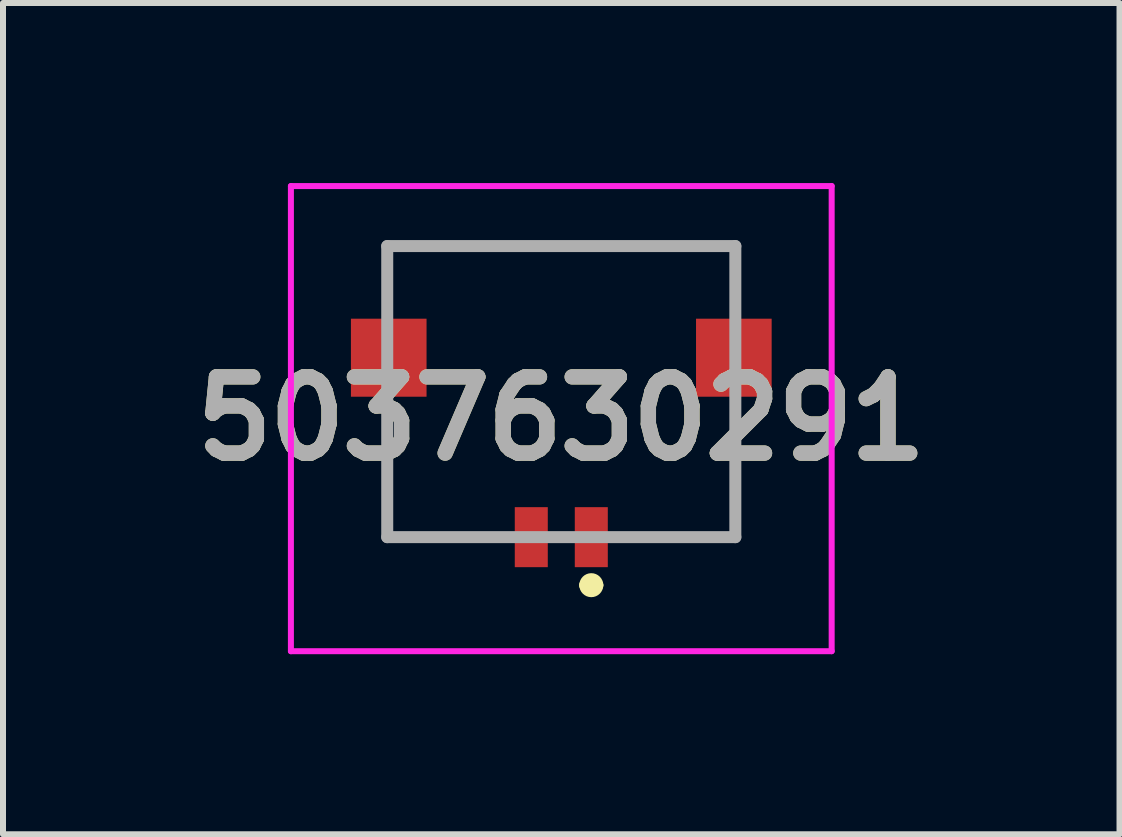
<source format=kicad_pcb>
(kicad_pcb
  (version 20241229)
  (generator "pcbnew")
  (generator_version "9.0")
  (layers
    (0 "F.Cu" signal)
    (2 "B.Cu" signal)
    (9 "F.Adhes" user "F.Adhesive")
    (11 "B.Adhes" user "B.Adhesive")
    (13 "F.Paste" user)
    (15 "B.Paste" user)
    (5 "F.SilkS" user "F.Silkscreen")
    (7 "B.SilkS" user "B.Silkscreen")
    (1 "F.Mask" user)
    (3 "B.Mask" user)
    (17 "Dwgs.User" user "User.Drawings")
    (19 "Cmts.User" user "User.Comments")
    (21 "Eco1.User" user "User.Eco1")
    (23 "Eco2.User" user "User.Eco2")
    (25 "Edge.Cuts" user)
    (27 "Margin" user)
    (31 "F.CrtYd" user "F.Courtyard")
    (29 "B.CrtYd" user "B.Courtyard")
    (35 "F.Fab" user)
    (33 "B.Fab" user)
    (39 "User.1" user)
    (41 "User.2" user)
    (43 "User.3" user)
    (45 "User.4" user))
  (footprint "5037630291"
    (layer "F.Cu")
    (at 6.302 3.925)
    (property "Reference" "5037630291" (at 0 0 0) (layer "F.SilkS") (effects (font (size 1.27 1.27) (thickness 0.254))))
    (attr smd)
    (fp_line (start -2.9 -2.875) (end 2.9 -2.875) (stroke (width 0.1) (type solid)) (layer "F.SilkS"))
    (fp_line (start -2.9 -2.025) (end -2.9 -2.875) (stroke (width 0.1) (type solid)) (layer "F.SilkS"))
    (fp_line (start -2.9 -0.025) (end -2.875 1.975) (stroke (width 0.1) (type solid)) (layer "F.SilkS"))
    (fp_line (start -2.875 1.975) (end -1 1.975) (stroke (width 0.1) (type solid)) (layer "F.SilkS"))
    (fp_line (start 0.4 2.775) (end 0.4 2.775) (stroke (width 0.2) (type solid)) (layer "F.SilkS"))
    (fp_line (start 0.6 2.775) (end 0.6 2.775) (stroke (width 0.2) (type solid)) (layer "F.SilkS"))
    (fp_line (start 2.875 1.975) (end 1 1.975) (stroke (width 0.1) (type solid)) (layer "F.SilkS"))
    (fp_line (start 2.9 -2.875) (end 2.9 -2.025) (stroke (width 0.1) (type solid)) (layer "F.SilkS"))
    (fp_line (start 2.9 -0.025) (end 2.875 1.975) (stroke (width 0.1) (type solid)) (layer "F.SilkS"))
    (fp_arc (start 0.4 2.775) (mid 0.5 2.675) (end 0.6 2.775) (stroke (width 0.2) (type solid)) (layer "F.SilkS"))
    (fp_arc (start 0.6 2.775) (mid 0.5 2.875) (end 0.4 2.775) (stroke (width 0.2) (type solid)) (layer "F.SilkS"))
    (fp_line (start -4.505 -3.875) (end 4.505 -3.875) (stroke (width 0.1) (type solid)) (layer "F.CrtYd"))
    (fp_line (start -4.505 3.875) (end -4.505 -3.875) (stroke (width 0.1) (type solid)) (layer "F.CrtYd"))
    (fp_line (start 4.505 -3.875) (end 4.505 3.875) (stroke (width 0.1) (type solid)) (layer "F.CrtYd"))
    (fp_line (start 4.505 3.875) (end -4.505 3.875) (stroke (width 0.1) (type solid)) (layer "F.CrtYd"))
    (fp_line (start -2.9 -2.875) (end 2.9 -2.875) (stroke (width 0.2) (type solid)) (layer "F.Fab"))
    (fp_line (start -2.9 1.975) (end -2.9 -2.875) (stroke (width 0.2) (type solid)) (layer "F.Fab"))
    (fp_line (start 2.9 -2.875) (end 2.9 1.975) (stroke (width 0.2) (type solid)) (layer "F.Fab"))
    (fp_line (start 2.9 1.975) (end -2.9 1.975) (stroke (width 0.2) (type solid)) (layer "F.Fab"))
    (fp_text user "${REFERENCE}" (at 0 0 0) (layer "F.Fab") (effects (font (size 1.27 1.27) (thickness 0.254))))
    (pad "1" smd rect (at 0.5 1.975) (size 0.55 1) (layers "F.Cu" "F.Mask" "F.Paste"))
    (pad "2" smd rect (at -0.5 1.975) (size 0.55 1) (layers "F.Cu" "F.Mask" "F.Paste"))
    (pad "3" smd rect (at -2.875 -1.015) (size 1.26 1.3) (layers "F.Cu" "F.Mask" "F.Paste"))
    (pad "4" smd rect (at 2.875 -1.015) (size 1.26 1.3) (layers "F.Cu" "F.Mask" "F.Paste")))
  (gr_rect
    (start -3 -3)
    (end 15.603 10.85)
    (stroke (width 0.1) (type default))
    (fill no)
    (layer "Edge.Cuts")))
</source>
